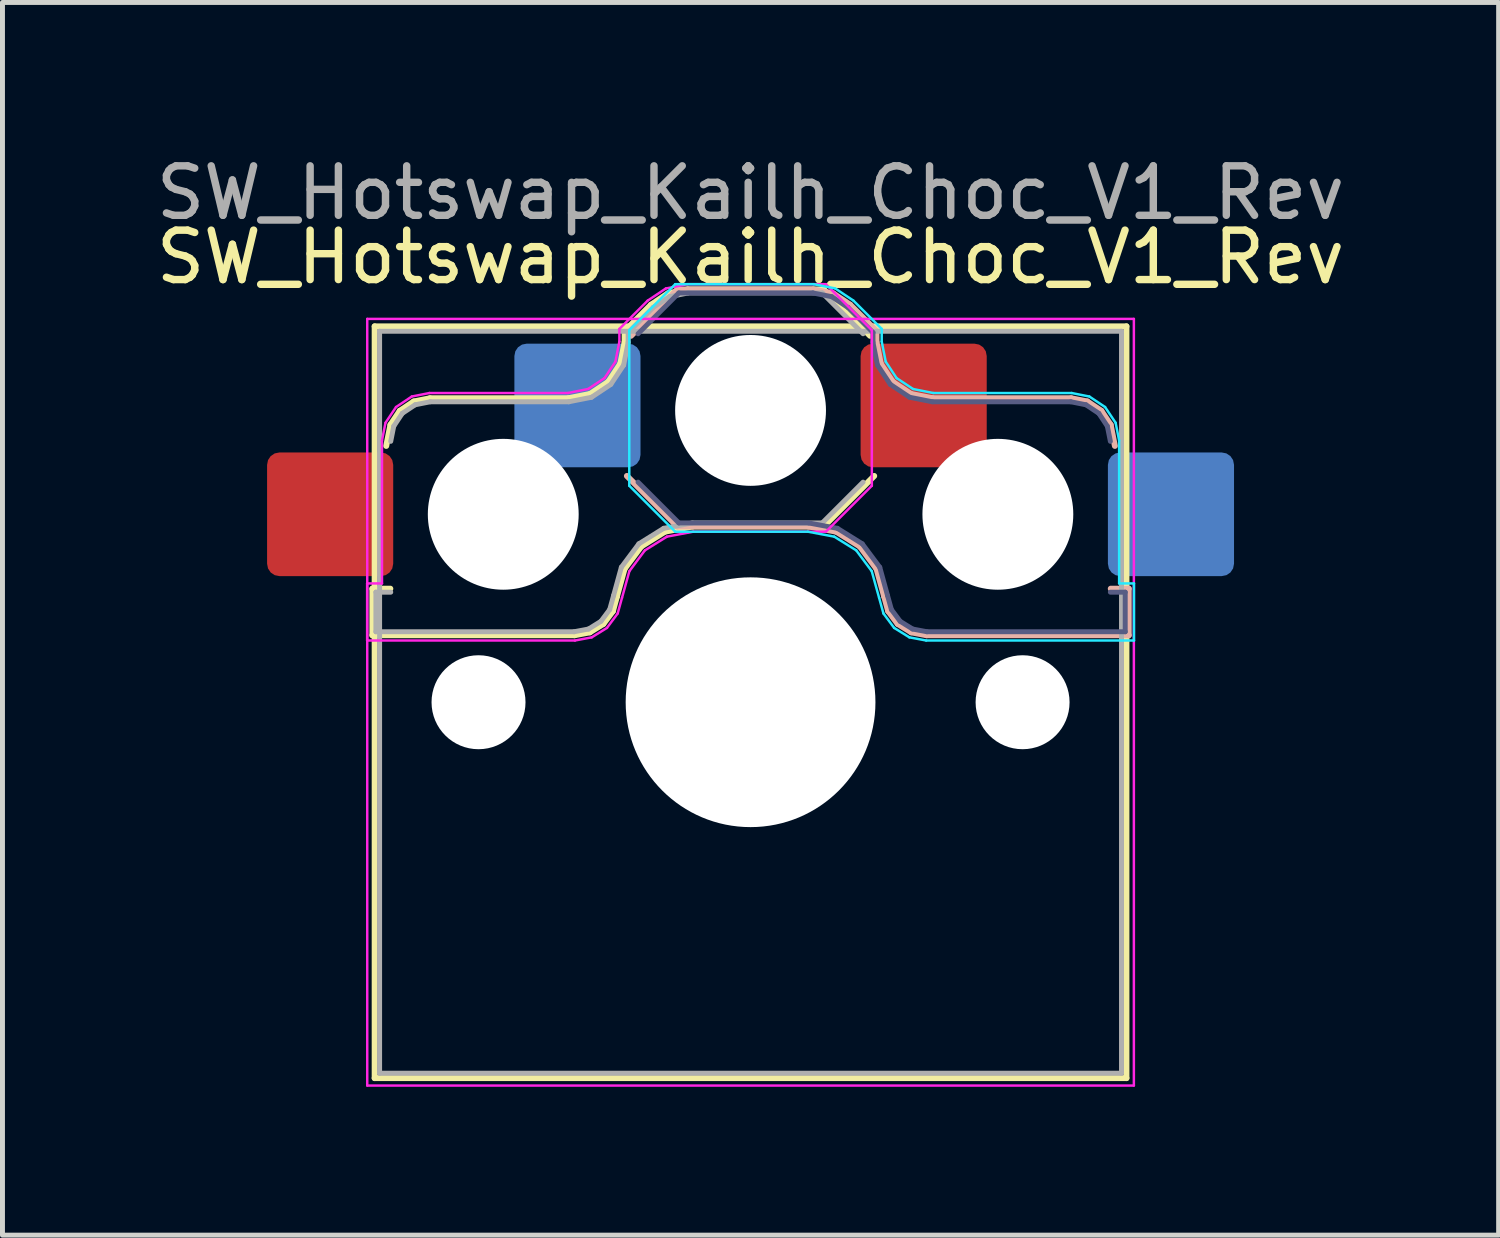
<source format=kicad_pcb>
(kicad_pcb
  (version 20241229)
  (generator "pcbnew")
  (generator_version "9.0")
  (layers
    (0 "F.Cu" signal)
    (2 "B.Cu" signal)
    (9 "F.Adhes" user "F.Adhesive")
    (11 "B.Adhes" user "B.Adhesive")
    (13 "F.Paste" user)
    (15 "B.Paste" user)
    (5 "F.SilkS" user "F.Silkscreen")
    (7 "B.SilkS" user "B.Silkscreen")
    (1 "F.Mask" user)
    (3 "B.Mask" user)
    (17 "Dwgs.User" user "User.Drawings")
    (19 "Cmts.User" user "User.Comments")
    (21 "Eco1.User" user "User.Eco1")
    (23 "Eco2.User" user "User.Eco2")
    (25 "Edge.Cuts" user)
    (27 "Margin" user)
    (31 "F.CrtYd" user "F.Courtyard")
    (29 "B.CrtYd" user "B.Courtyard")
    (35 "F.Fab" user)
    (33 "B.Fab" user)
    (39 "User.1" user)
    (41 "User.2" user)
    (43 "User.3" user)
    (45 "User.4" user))
  (footprint "SW_Hotswap_Kailh_Choc_V1_Rev"
    (layer "F.Cu")
    (at 12.125 11.148)
    (property "Reference" "SW_Hotswap_Kailh_Choc_V1_Rev" (at 0 -9 0) (layer "F.SilkS") (effects (font (size 1 1) (thickness 0.15))))
    (attr smd)
    (fp_line (start -7.646 -2.296) (end -7.646 -1.354) (stroke (width 0.12) (type solid)) (layer "F.SilkS"))
    (fp_line (start -7.646 -1.354) (end -3.56 -1.354) (stroke (width 0.12) (type solid)) (layer "F.SilkS"))
    (fp_line (start -7.6 -7.6) (end -7.6 7.6) (stroke (width 0.12) (type solid)) (layer "F.SilkS"))
    (fp_line (start -7.6 7.6) (end 7.6 7.6) (stroke (width 0.12) (type solid)) (layer "F.SilkS"))
    (fp_line (start -7.283 -2.296) (end -7.646 -2.296) (stroke (width 0.12) (type solid)) (layer "F.SilkS"))
    (fp_line (start -7.281 -5.609) (end -7.366 -5.182) (stroke (width 0.12) (type solid)) (layer "F.SilkS"))
    (fp_line (start -7.092 -5.892) (end -7.281 -5.609) (stroke (width 0.12) (type solid)) (layer "F.SilkS"))
    (fp_line (start -6.809 -6.081) (end -7.092 -5.892) (stroke (width 0.12) (type solid)) (layer "F.SilkS"))
    (fp_line (start -6.482 -6.146) (end -6.809 -6.081) (stroke (width 0.12) (type solid)) (layer "F.SilkS"))
    (fp_line (start -3.682 -6.146) (end -6.482 -6.146) (stroke (width 0.12) (type solid)) (layer "F.SilkS"))
    (fp_line (start -3.56 -1.354) (end -3.25 -1.413) (stroke (width 0.12) (type solid)) (layer "F.SilkS"))
    (fp_line (start -3.25 -1.413) (end -2.976 -1.583) (stroke (width 0.12) (type solid)) (layer "F.SilkS"))
    (fp_line (start -3.244 -6.233) (end -3.682 -6.146) (stroke (width 0.12) (type solid)) (layer "F.SilkS"))
    (fp_line (start -2.976 -1.583) (end -2.783 -1.841) (stroke (width 0.12) (type solid)) (layer "F.SilkS"))
    (fp_line (start -2.877 -6.477) (end -3.244 -6.233) (stroke (width 0.12) (type solid)) (layer "F.SilkS"))
    (fp_line (start -2.783 -1.841) (end -2.701 -2.139) (stroke (width 0.12) (type solid)) (layer "F.SilkS"))
    (fp_line (start -2.701 -2.139) (end -2.547 -2.697) (stroke (width 0.12) (type solid)) (layer "F.SilkS"))
    (fp_line (start -2.633 -6.844) (end -2.877 -6.477) (stroke (width 0.12) (type solid)) (layer "F.SilkS"))
    (fp_line (start -2.547 -2.697) (end -2.209 -3.15) (stroke (width 0.12) (type solid)) (layer "F.SilkS"))
    (fp_line (start -2.546 -7.504) (end -2.546 -7.282) (stroke (width 0.12) (type solid)) (layer "F.SilkS"))
    (fp_line (start -2.546 -7.282) (end -2.633 -6.844) (stroke (width 0.12) (type solid)) (layer "F.SilkS"))
    (fp_line (start -2.209 -3.15) (end -1.73 -3.449) (stroke (width 0.12) (type solid)) (layer "F.SilkS"))
    (fp_line (start -2.013 -8.037) (end -2.546 -7.504) (stroke (width 0.12) (type solid)) (layer "F.SilkS"))
    (fp_line (start -1.73 -3.449) (end -1.168 -3.554) (stroke (width 0.12) (type solid)) (layer "F.SilkS"))
    (fp_line (start -1.671 -8.266) (end -2.013 -8.037) (stroke (width 0.12) (type solid)) (layer "F.SilkS"))
    (fp_line (start -1.268 -8.346) (end -1.671 -8.266) (stroke (width 0.12) (type solid)) (layer "F.SilkS"))
    (fp_line (start -1.168 -3.554) (end 1.479 -3.554) (stroke (width 0.12) (type solid)) (layer "F.SilkS"))
    (fp_line (start 1.479 -8.346) (end -1.268 -8.346) (stroke (width 0.12) (type solid)) (layer "F.SilkS"))
    (fp_line (start 1.479 -3.554) (end 2.5 -4.575) (stroke (width 0.12) (type solid)) (layer "F.SilkS"))
    (fp_line (start 2.416 -7.409) (end 1.479 -8.346) (stroke (width 0.12) (type solid)) (layer "F.SilkS"))
    (fp_line (start 7.6 -7.6) (end -7.6 -7.6) (stroke (width 0.12) (type solid)) (layer "F.SilkS"))
    (fp_line (start 7.6 7.6) (end 7.6 -7.6) (stroke (width 0.12) (type solid)) (layer "F.SilkS"))
    (fp_line (start -2.416 -7.409) (end -1.479 -8.346) (stroke (width 0.12) (type solid)) (layer "B.SilkS"))
    (fp_line (start -1.479 -8.346) (end 1.268 -8.346) (stroke (width 0.12) (type solid)) (layer "B.SilkS"))
    (fp_line (start -1.479 -3.554) (end -2.5 -4.575) (stroke (width 0.12) (type solid)) (layer "B.SilkS"))
    (fp_line (start 1.168 -3.554) (end -1.479 -3.554) (stroke (width 0.12) (type solid)) (layer "B.SilkS"))
    (fp_line (start 1.268 -8.346) (end 1.671 -8.266) (stroke (width 0.12) (type solid)) (layer "B.SilkS"))
    (fp_line (start 1.671 -8.266) (end 2.013 -8.037) (stroke (width 0.12) (type solid)) (layer "B.SilkS"))
    (fp_line (start 1.73 -3.449) (end 1.168 -3.554) (stroke (width 0.12) (type solid)) (layer "B.SilkS"))
    (fp_line (start 2.013 -8.037) (end 2.546 -7.504) (stroke (width 0.12) (type solid)) (layer "B.SilkS"))
    (fp_line (start 2.209 -3.15) (end 1.73 -3.449) (stroke (width 0.12) (type solid)) (layer "B.SilkS"))
    (fp_line (start 2.546 -7.504) (end 2.546 -7.282) (stroke (width 0.12) (type solid)) (layer "B.SilkS"))
    (fp_line (start 2.546 -7.282) (end 2.633 -6.844) (stroke (width 0.12) (type solid)) (layer "B.SilkS"))
    (fp_line (start 2.547 -2.697) (end 2.209 -3.15) (stroke (width 0.12) (type solid)) (layer "B.SilkS"))
    (fp_line (start 2.633 -6.844) (end 2.877 -6.477) (stroke (width 0.12) (type solid)) (layer "B.SilkS"))
    (fp_line (start 2.701 -2.139) (end 2.547 -2.697) (stroke (width 0.12) (type solid)) (layer "B.SilkS"))
    (fp_line (start 2.783 -1.841) (end 2.701 -2.139) (stroke (width 0.12) (type solid)) (layer "B.SilkS"))
    (fp_line (start 2.877 -6.477) (end 3.244 -6.233) (stroke (width 0.12) (type solid)) (layer "B.SilkS"))
    (fp_line (start 2.976 -1.583) (end 2.783 -1.841) (stroke (width 0.12) (type solid)) (layer "B.SilkS"))
    (fp_line (start 3.244 -6.233) (end 3.682 -6.146) (stroke (width 0.12) (type solid)) (layer "B.SilkS"))
    (fp_line (start 3.25 -1.413) (end 2.976 -1.583) (stroke (width 0.12) (type solid)) (layer "B.SilkS"))
    (fp_line (start 3.56 -1.354) (end 3.25 -1.413) (stroke (width 0.12) (type solid)) (layer "B.SilkS"))
    (fp_line (start 3.682 -6.146) (end 6.482 -6.146) (stroke (width 0.12) (type solid)) (layer "B.SilkS"))
    (fp_line (start 6.482 -6.146) (end 6.809 -6.081) (stroke (width 0.12) (type solid)) (layer "B.SilkS"))
    (fp_line (start 6.809 -6.081) (end 7.092 -5.892) (stroke (width 0.12) (type solid)) (layer "B.SilkS"))
    (fp_line (start 7.092 -5.892) (end 7.281 -5.609) (stroke (width 0.12) (type solid)) (layer "B.SilkS"))
    (fp_line (start 7.281 -5.609) (end 7.366 -5.182) (stroke (width 0.12) (type solid)) (layer "B.SilkS"))
    (fp_line (start 7.283 -2.296) (end 7.646 -2.296) (stroke (width 0.12) (type solid)) (layer "B.SilkS"))
    (fp_line (start 7.646 -2.296) (end 7.646 -1.354) (stroke (width 0.12) (type solid)) (layer "B.SilkS"))
    (fp_line (start 7.646 -1.354) (end 3.56 -1.354) (stroke (width 0.12) (type solid)) (layer "B.SilkS"))
    (fp_line (start -7.25 -7.25) (end -7.25 7.25) (stroke (width 0.1) (type solid)) (layer "Eco1.User"))
    (fp_line (start -7.25 7.25) (end 7.25 7.25) (stroke (width 0.1) (type solid)) (layer "Eco1.User"))
    (fp_line (start 7.25 -7.25) (end -7.25 -7.25) (stroke (width 0.1) (type solid)) (layer "Eco1.User"))
    (fp_line (start 7.25 7.25) (end 7.25 -7.25) (stroke (width 0.1) (type solid)) (layer "Eco1.User"))
    (fp_line (start -2.452 -7.523) (end -1.523 -8.452) (stroke (width 0.05) (type solid)) (layer "B.CrtYd"))
    (fp_line (start -2.452 -4.377) (end -2.452 -7.523) (stroke (width 0.05) (type solid)) (layer "B.CrtYd"))
    (fp_line (start -1.523 -8.452) (end 1.278 -8.452) (stroke (width 0.05) (type solid)) (layer "B.CrtYd"))
    (fp_line (start -1.523 -3.448) (end -2.452 -4.377) (stroke (width 0.05) (type solid)) (layer "B.CrtYd"))
    (fp_line (start 1.159 -3.448) (end -1.523 -3.448) (stroke (width 0.05) (type solid)) (layer "B.CrtYd"))
    (fp_line (start 1.278 -8.452) (end 1.712 -8.366) (stroke (width 0.05) (type solid)) (layer "B.CrtYd"))
    (fp_line (start 1.691 -3.348) (end 1.159 -3.448) (stroke (width 0.05) (type solid)) (layer "B.CrtYd"))
    (fp_line (start 1.712 -8.366) (end 2.081 -8.119) (stroke (width 0.05) (type solid)) (layer "B.CrtYd"))
    (fp_line (start 2.081 -8.119) (end 2.652 -7.548) (stroke (width 0.05) (type solid)) (layer "B.CrtYd"))
    (fp_line (start 2.136 -3.071) (end 1.691 -3.348) (stroke (width 0.05) (type solid)) (layer "B.CrtYd"))
    (fp_line (start 2.45 -2.65) (end 2.136 -3.071) (stroke (width 0.05) (type solid)) (layer "B.CrtYd"))
    (fp_line (start 2.599 -2.111) (end 2.45 -2.65) (stroke (width 0.05) (type solid)) (layer "B.CrtYd"))
    (fp_line (start 2.652 -7.548) (end 2.652 -7.292) (stroke (width 0.05) (type solid)) (layer "B.CrtYd"))
    (fp_line (start 2.652 -7.292) (end 2.733 -6.885) (stroke (width 0.05) (type solid)) (layer "B.CrtYd"))
    (fp_line (start 2.687 -1.794) (end 2.599 -2.111) (stroke (width 0.05) (type solid)) (layer "B.CrtYd"))
    (fp_line (start 2.733 -6.885) (end 2.953 -6.553) (stroke (width 0.05) (type solid)) (layer "B.CrtYd"))
    (fp_line (start 2.903 -1.503) (end 2.687 -1.794) (stroke (width 0.05) (type solid)) (layer "B.CrtYd"))
    (fp_line (start 2.953 -6.553) (end 3.285 -6.333) (stroke (width 0.05) (type solid)) (layer "B.CrtYd"))
    (fp_line (start 3.211 -1.312) (end 2.903 -1.503) (stroke (width 0.05) (type solid)) (layer "B.CrtYd"))
    (fp_line (start 3.285 -6.333) (end 3.692 -6.252) (stroke (width 0.05) (type solid)) (layer "B.CrtYd"))
    (fp_line (start 3.55 -1.248) (end 3.211 -1.312) (stroke (width 0.05) (type solid)) (layer "B.CrtYd"))
    (fp_line (start 3.692 -6.252) (end 6.492 -6.252) (stroke (width 0.05) (type solid)) (layer "B.CrtYd"))
    (fp_line (start 6.492 -6.252) (end 6.85 -6.181) (stroke (width 0.05) (type solid)) (layer "B.CrtYd"))
    (fp_line (start 6.85 -6.181) (end 7.168 -5.968) (stroke (width 0.05) (type solid)) (layer "B.CrtYd"))
    (fp_line (start 7.168 -5.968) (end 7.381 -5.65) (stroke (width 0.05) (type solid)) (layer "B.CrtYd"))
    (fp_line (start 7.381 -5.65) (end 7.452 -5.292) (stroke (width 0.05) (type solid)) (layer "B.CrtYd"))
    (fp_line (start 7.452 -5.292) (end 7.452 -2.402) (stroke (width 0.05) (type solid)) (layer "B.CrtYd"))
    (fp_line (start 7.452 -2.402) (end 7.752 -2.402) (stroke (width 0.05) (type solid)) (layer "B.CrtYd"))
    (fp_line (start 7.752 -2.402) (end 7.752 -1.248) (stroke (width 0.05) (type solid)) (layer "B.CrtYd"))
    (fp_line (start 7.752 -1.248) (end 3.55 -1.248) (stroke (width 0.05) (type solid)) (layer "B.CrtYd"))
    (fp_line (start -7.752 -2.402) (end -7.752 -1.248) (stroke (width 0.05) (type solid)) (layer "F.CrtYd"))
    (fp_line (start -7.752 -1.248) (end -3.55 -1.248) (stroke (width 0.05) (type solid)) (layer "F.CrtYd"))
    (fp_line (start -7.75 -7.75) (end -7.75 7.75) (stroke (width 0.05) (type solid)) (layer "F.CrtYd"))
    (fp_line (start -7.75 7.75) (end 7.75 7.75) (stroke (width 0.05) (type solid)) (layer "F.CrtYd"))
    (fp_line (start -7.452 -5.292) (end -7.452 -2.402) (stroke (width 0.05) (type solid)) (layer "F.CrtYd"))
    (fp_line (start -7.452 -2.402) (end -7.752 -2.402) (stroke (width 0.05) (type solid)) (layer "F.CrtYd"))
    (fp_line (start -7.381 -5.65) (end -7.452 -5.292) (stroke (width 0.05) (type solid)) (layer "F.CrtYd"))
    (fp_line (start -7.168 -5.968) (end -7.381 -5.65) (stroke (width 0.05) (type solid)) (layer "F.CrtYd"))
    (fp_line (start -6.85 -6.181) (end -7.168 -5.968) (stroke (width 0.05) (type solid)) (layer "F.CrtYd"))
    (fp_line (start -6.492 -6.252) (end -6.85 -6.181) (stroke (width 0.05) (type solid)) (layer "F.CrtYd"))
    (fp_line (start -3.692 -6.252) (end -6.492 -6.252) (stroke (width 0.05) (type solid)) (layer "F.CrtYd"))
    (fp_line (start -3.55 -1.248) (end -3.211 -1.312) (stroke (width 0.05) (type solid)) (layer "F.CrtYd"))
    (fp_line (start -3.285 -6.333) (end -3.692 -6.252) (stroke (width 0.05) (type solid)) (layer "F.CrtYd"))
    (fp_line (start -3.211 -1.312) (end -2.903 -1.503) (stroke (width 0.05) (type solid)) (layer "F.CrtYd"))
    (fp_line (start -2.953 -6.553) (end -3.285 -6.333) (stroke (width 0.05) (type solid)) (layer "F.CrtYd"))
    (fp_line (start -2.903 -1.503) (end -2.687 -1.794) (stroke (width 0.05) (type solid)) (layer "F.CrtYd"))
    (fp_line (start -2.733 -6.885) (end -2.953 -6.553) (stroke (width 0.05) (type solid)) (layer "F.CrtYd"))
    (fp_line (start -2.687 -1.794) (end -2.599 -2.111) (stroke (width 0.05) (type solid)) (layer "F.CrtYd"))
    (fp_line (start -2.652 -7.548) (end -2.652 -7.292) (stroke (width 0.05) (type solid)) (layer "F.CrtYd"))
    (fp_line (start -2.652 -7.292) (end -2.733 -6.885) (stroke (width 0.05) (type solid)) (layer "F.CrtYd"))
    (fp_line (start -2.599 -2.111) (end -2.45 -2.65) (stroke (width 0.05) (type solid)) (layer "F.CrtYd"))
    (fp_line (start -2.45 -2.65) (end -2.136 -3.071) (stroke (width 0.05) (type solid)) (layer "F.CrtYd"))
    (fp_line (start -2.136 -3.071) (end -1.691 -3.348) (stroke (width 0.05) (type solid)) (layer "F.CrtYd"))
    (fp_line (start -2.081 -8.119) (end -2.652 -7.548) (stroke (width 0.05) (type solid)) (layer "F.CrtYd"))
    (fp_line (start -1.712 -8.366) (end -2.081 -8.119) (stroke (width 0.05) (type solid)) (layer "F.CrtYd"))
    (fp_line (start -1.691 -3.348) (end -1.159 -3.448) (stroke (width 0.05) (type solid)) (layer "F.CrtYd"))
    (fp_line (start -1.278 -8.452) (end -1.712 -8.366) (stroke (width 0.05) (type solid)) (layer "F.CrtYd"))
    (fp_line (start -1.159 -3.448) (end 1.523 -3.448) (stroke (width 0.05) (type solid)) (layer "F.CrtYd"))
    (fp_line (start 1.523 -8.452) (end -1.278 -8.452) (stroke (width 0.05) (type solid)) (layer "F.CrtYd"))
    (fp_line (start 1.523 -3.448) (end 2.452 -4.377) (stroke (width 0.05) (type solid)) (layer "F.CrtYd"))
    (fp_line (start 2.452 -7.523) (end 1.523 -8.452) (stroke (width 0.05) (type solid)) (layer "F.CrtYd"))
    (fp_line (start 2.452 -4.377) (end 2.452 -7.523) (stroke (width 0.05) (type solid)) (layer "F.CrtYd"))
    (fp_line (start 7.75 -7.75) (end -7.75 -7.75) (stroke (width 0.05) (type solid)) (layer "F.CrtYd"))
    (fp_line (start 7.75 7.75) (end 7.75 -7.75) (stroke (width 0.05) (type solid)) (layer "F.CrtYd"))
    (fp_line (start -2.275 -7.45) (end -1.45 -8.275) (stroke (width 0.1) (type solid)) (layer "B.Fab"))
    (fp_line (start -1.45 -8.275) (end 1.261 -8.275) (stroke (width 0.1) (type solid)) (layer "B.Fab"))
    (fp_line (start -1.45 -3.625) (end -2.275 -4.45) (stroke (width 0.1) (type solid)) (layer "B.Fab"))
    (fp_line (start 1.175 -3.625) (end -1.45 -3.625) (stroke (width 0.1) (type solid)) (layer "B.Fab"))
    (fp_line (start 1.261 -8.275) (end 1.643 -8.199) (stroke (width 0.1) (type solid)) (layer "B.Fab"))
    (fp_line (start 1.643 -8.199) (end 1.968 -7.982) (stroke (width 0.1) (type solid)) (layer "B.Fab"))
    (fp_line (start 1.756 -3.516) (end 1.175 -3.625) (stroke (width 0.1) (type solid)) (layer "B.Fab"))
    (fp_line (start 1.968 -7.982) (end 2.475 -7.475) (stroke (width 0.1) (type solid)) (layer "B.Fab"))
    (fp_line (start 2.258 -3.203) (end 1.756 -3.516) (stroke (width 0.1) (type solid)) (layer "B.Fab"))
    (fp_line (start 2.475 -7.475) (end 2.475 -7.275) (stroke (width 0.1) (type solid)) (layer "B.Fab"))
    (fp_line (start 2.475 -7.275) (end 2.566 -6.816) (stroke (width 0.1) (type solid)) (layer "B.Fab"))
    (fp_line (start 2.566 -6.816) (end 2.826 -6.426) (stroke (width 0.1) (type solid)) (layer "B.Fab"))
    (fp_line (start 2.612 -2.729) (end 2.258 -3.203) (stroke (width 0.1) (type solid)) (layer "B.Fab"))
    (fp_line (start 2.769 -2.158) (end 2.612 -2.729) (stroke (width 0.1) (type solid)) (layer "B.Fab"))
    (fp_line (start 2.826 -6.426) (end 3.216 -6.166) (stroke (width 0.1) (type solid)) (layer "B.Fab"))
    (fp_line (start 2.848 -1.873) (end 2.769 -2.158) (stroke (width 0.1) (type solid)) (layer "B.Fab"))
    (fp_line (start 3.025 -1.636) (end 2.848 -1.873) (stroke (width 0.1) (type solid)) (layer "B.Fab"))
    (fp_line (start 3.216 -6.166) (end 3.675 -6.075) (stroke (width 0.1) (type solid)) (layer "B.Fab"))
    (fp_line (start 3.276 -1.48) (end 3.025 -1.636) (stroke (width 0.1) (type solid)) (layer "B.Fab"))
    (fp_line (start 3.567 -1.425) (end 3.276 -1.48) (stroke (width 0.1) (type solid)) (layer "B.Fab"))
    (fp_line (start 3.675 -6.075) (end 6.475 -6.075) (stroke (width 0.1) (type solid)) (layer "B.Fab"))
    (fp_line (start 6.475 -6.075) (end 6.781 -6.014) (stroke (width 0.1) (type solid)) (layer "B.Fab"))
    (fp_line (start 6.781 -6.014) (end 7.041 -5.841) (stroke (width 0.1) (type solid)) (layer "B.Fab"))
    (fp_line (start 7.041 -5.841) (end 7.214 -5.581) (stroke (width 0.1) (type solid)) (layer "B.Fab"))
    (fp_line (start 7.214 -5.581) (end 7.275 -5.275) (stroke (width 0.1) (type solid)) (layer "B.Fab"))
    (fp_line (start 7.275 -2.225) (end 7.575 -2.225) (stroke (width 0.1) (type solid)) (layer "B.Fab"))
    (fp_line (start 7.575 -2.225) (end 7.575 -1.425) (stroke (width 0.1) (type solid)) (layer "B.Fab"))
    (fp_line (start 7.575 -1.425) (end 3.567 -1.425) (stroke (width 0.1) (type solid)) (layer "B.Fab"))
    (fp_line (start -7.575 -2.225) (end -7.575 -1.425) (stroke (width 0.1) (type solid)) (layer "F.Fab"))
    (fp_line (start -7.575 -1.425) (end -3.567 -1.425) (stroke (width 0.1) (type solid)) (layer "F.Fab"))
    (fp_line (start -7.5 -7.5) (end -7.5 7.5) (stroke (width 0.1) (type solid)) (layer "F.Fab"))
    (fp_line (start -7.5 7.5) (end 7.5 7.5) (stroke (width 0.1) (type solid)) (layer "F.Fab"))
    (fp_line (start -7.275 -2.225) (end -7.575 -2.225) (stroke (width 0.1) (type solid)) (layer "F.Fab"))
    (fp_line (start -7.214 -5.581) (end -7.275 -5.275) (stroke (width 0.1) (type solid)) (layer "F.Fab"))
    (fp_line (start -7.041 -5.841) (end -7.214 -5.581) (stroke (width 0.1) (type solid)) (layer "F.Fab"))
    (fp_line (start -6.781 -6.014) (end -7.041 -5.841) (stroke (width 0.1) (type solid)) (layer "F.Fab"))
    (fp_line (start -6.475 -6.075) (end -6.781 -6.014) (stroke (width 0.1) (type solid)) (layer "F.Fab"))
    (fp_line (start -3.675 -6.075) (end -6.475 -6.075) (stroke (width 0.1) (type solid)) (layer "F.Fab"))
    (fp_line (start -3.567 -1.425) (end -3.276 -1.48) (stroke (width 0.1) (type solid)) (layer "F.Fab"))
    (fp_line (start -3.276 -1.48) (end -3.025 -1.636) (stroke (width 0.1) (type solid)) (layer "F.Fab"))
    (fp_line (start -3.216 -6.166) (end -3.675 -6.075) (stroke (width 0.1) (type solid)) (layer "F.Fab"))
    (fp_line (start -3.025 -1.636) (end -2.848 -1.873) (stroke (width 0.1) (type solid)) (layer "F.Fab"))
    (fp_line (start -2.848 -1.873) (end -2.769 -2.158) (stroke (width 0.1) (type solid)) (layer "F.Fab"))
    (fp_line (start -2.826 -6.426) (end -3.216 -6.166) (stroke (width 0.1) (type solid)) (layer "F.Fab"))
    (fp_line (start -2.769 -2.158) (end -2.612 -2.729) (stroke (width 0.1) (type solid)) (layer "F.Fab"))
    (fp_line (start -2.612 -2.729) (end -2.258 -3.203) (stroke (width 0.1) (type solid)) (layer "F.Fab"))
    (fp_line (start -2.566 -6.816) (end -2.826 -6.426) (stroke (width 0.1) (type solid)) (layer "F.Fab"))
    (fp_line (start -2.475 -7.475) (end -2.475 -7.275) (stroke (width 0.1) (type solid)) (layer "F.Fab"))
    (fp_line (start -2.475 -7.275) (end -2.566 -6.816) (stroke (width 0.1) (type solid)) (layer "F.Fab"))
    (fp_line (start -2.258 -3.203) (end -1.756 -3.516) (stroke (width 0.1) (type solid)) (layer "F.Fab"))
    (fp_line (start -1.968 -7.982) (end -2.475 -7.475) (stroke (width 0.1) (type solid)) (layer "F.Fab"))
    (fp_line (start -1.756 -3.516) (end -1.175 -3.625) (stroke (width 0.1) (type solid)) (layer "F.Fab"))
    (fp_line (start -1.643 -8.199) (end -1.968 -7.982) (stroke (width 0.1) (type solid)) (layer "F.Fab"))
    (fp_line (start -1.261 -8.275) (end -1.643 -8.199) (stroke (width 0.1) (type solid)) (layer "F.Fab"))
    (fp_line (start -1.175 -3.625) (end 1.45 -3.625) (stroke (width 0.1) (type solid)) (layer "F.Fab"))
    (fp_line (start 1.45 -8.275) (end -1.261 -8.275) (stroke (width 0.1) (type solid)) (layer "F.Fab"))
    (fp_line (start 1.45 -3.625) (end 2.275 -4.45) (stroke (width 0.1) (type solid)) (layer "F.Fab"))
    (fp_line (start 2.275 -7.45) (end 1.45 -8.275) (stroke (width 0.1) (type solid)) (layer "F.Fab"))
    (fp_line (start 7.5 -7.5) (end -7.5 -7.5) (stroke (width 0.1) (type solid)) (layer "F.Fab"))
    (fp_line (start 7.5 7.5) (end 7.5 -7.5) (stroke (width 0.1) (type solid)) (layer "F.Fab"))
    (fp_text user "${REFERENCE}" (at 0 -10.3 0) (layer "F.Fab") (effects (font (size 1 1) (thickness 0.15))))
    (pad "" np_thru_hole circle (at -5.5 0) (size 1.9 1.9) (drill 1.9) (layers "*.Cu" "*.Mask"))
    (pad "" np_thru_hole circle (at -5 -3.8) (size 3.05 3.05) (drill 3.05) (layers "*.Cu" "*.Mask"))
    (pad "" np_thru_hole circle (at 0 -5.9) (size 3.05 3.05) (drill 3.05) (layers "*.Cu" "*.Mask"))
    (pad "" np_thru_hole circle (at 0 0) (size 5.05 5.05) (drill 5.05) (layers "*.Cu" "*.Mask"))
    (pad "" np_thru_hole circle (at 5 -3.8) (size 3.05 3.05) (drill 3.05) (layers "*.Cu" "*.Mask"))
    (pad "" np_thru_hole circle (at 5.5 0) (size 1.9 1.9) (drill 1.9) (layers "*.Cu" "*.Mask"))
    (pad "1" smd roundrect (at -3.5 -6) (size 2.55 2.5) (layers "B.Cu" "B.Mask" "B.Paste") (roundrect_rratio 0.1))
    (pad "1" smd roundrect (at 3.5 -6) (size 2.55 2.5) (layers "F.Cu" "F.Mask" "F.Paste") (roundrect_rratio 0.1))
    (pad "2" smd roundrect (at -8.5 -3.8) (size 2.55 2.5) (layers "F.Cu" "F.Mask" "F.Paste") (roundrect_rratio 0.1))
    (pad "2" smd roundrect (at 8.5 -3.8) (size 2.55 2.5) (layers "B.Cu" "B.Mask" "B.Paste") (roundrect_rratio 0.1)))
  (gr_rect
    (start -3 -3)
    (end 27.25 21.923)
    (stroke (width 0.1) (type default))
    (fill no)
    (layer "Edge.Cuts")))
</source>
